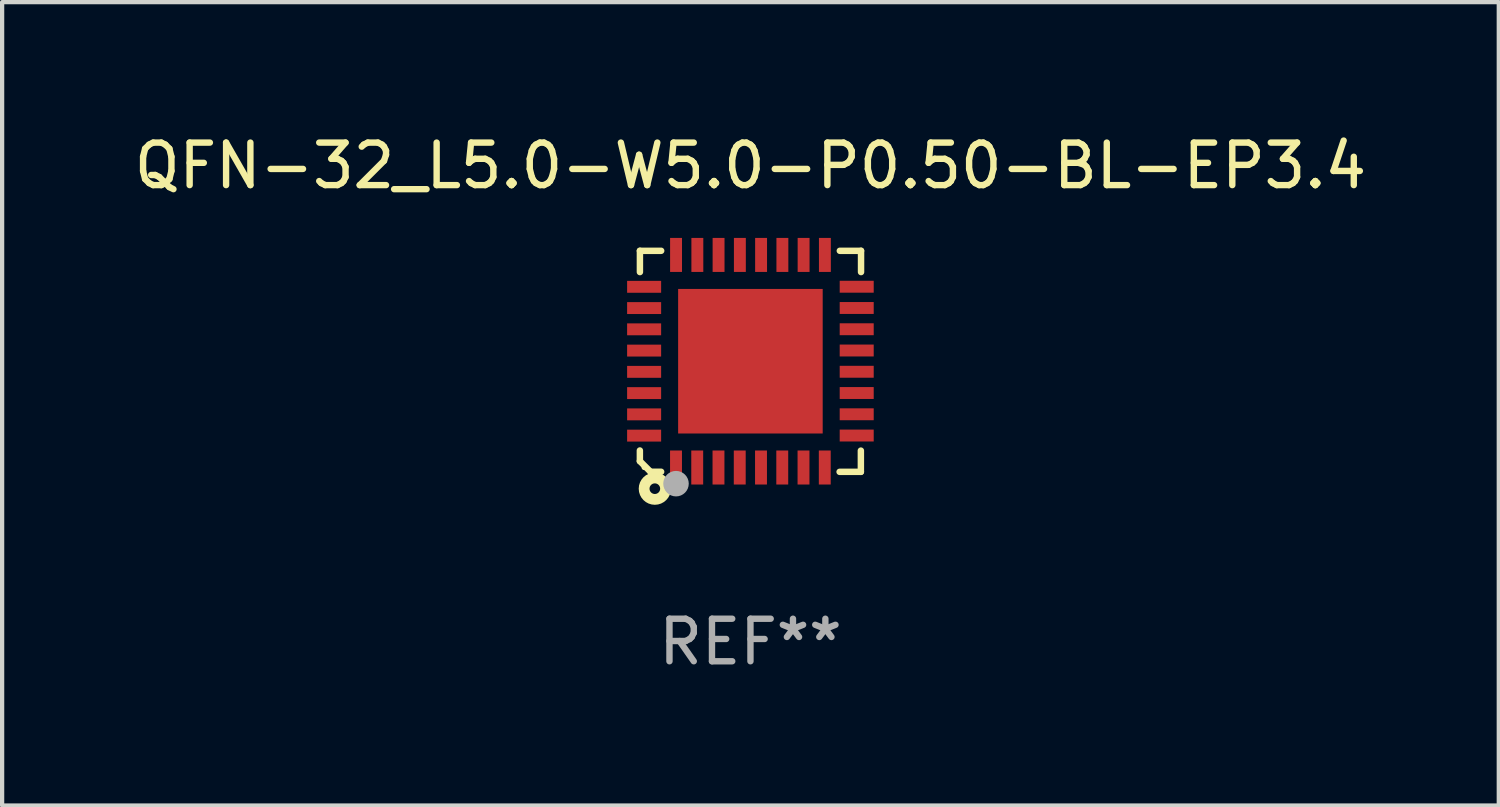
<source format=kicad_pcb>
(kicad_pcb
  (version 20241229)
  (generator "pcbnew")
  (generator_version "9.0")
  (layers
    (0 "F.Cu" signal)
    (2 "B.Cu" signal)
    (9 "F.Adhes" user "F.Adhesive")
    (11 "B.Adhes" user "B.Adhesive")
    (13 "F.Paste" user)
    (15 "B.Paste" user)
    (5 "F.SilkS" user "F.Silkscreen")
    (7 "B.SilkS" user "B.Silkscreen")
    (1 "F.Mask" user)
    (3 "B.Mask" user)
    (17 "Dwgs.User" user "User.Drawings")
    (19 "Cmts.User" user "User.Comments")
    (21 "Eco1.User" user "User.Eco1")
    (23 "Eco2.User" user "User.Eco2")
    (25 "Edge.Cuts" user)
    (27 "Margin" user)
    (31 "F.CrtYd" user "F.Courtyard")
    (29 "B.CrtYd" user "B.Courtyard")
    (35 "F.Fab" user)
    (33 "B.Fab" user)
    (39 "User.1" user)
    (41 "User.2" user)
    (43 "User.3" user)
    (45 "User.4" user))
  (footprint "QFN-32_L5.0-W5.0-P0.50-BL-EP3.4"
    (layer "F.Cu")
    (at 14.6 5.446)
    (property "Reference" "QFN-32_L5.0-W5.0-P0.50-BL-EP3.4" (at 0.001 -4.597 0) (layer "F.SilkS") (effects (font (size 1 1) (thickness 0.15))))
    (attr smd)
    (fp_line (start -2.6 2.1) (end -2.6 2.35) (stroke (width 0.152) (type solid)) (layer "F.SilkS"))
    (fp_line (start -2.6 2.35) (end -2.35 2.6) (stroke (width 0.152) (type solid)) (layer "F.SilkS"))
    (fp_line (start -2.599 -2.597) (end -2.599 -2.097) (stroke (width 0.152) (type solid)) (layer "F.SilkS"))
    (fp_line (start -2.599 -2.597) (end -2.099 -2.597) (stroke (width 0.152) (type solid)) (layer "F.SilkS"))
    (fp_line (start -2.35 2.6) (end -2.1 2.6) (stroke (width 0.152) (type solid)) (layer "F.SilkS"))
    (fp_line (start 2.598 2.602) (end 2.098 2.602) (stroke (width 0.152) (type solid)) (layer "F.SilkS"))
    (fp_line (start 2.598 2.602) (end 2.598 2.103) (stroke (width 0.152) (type solid)) (layer "F.SilkS"))
    (fp_line (start 2.602 -2.597) (end 2.103 -2.597) (stroke (width 0.152) (type solid)) (layer "F.SilkS"))
    (fp_line (start 2.602 -2.597) (end 2.602 -2.097) (stroke (width 0.152) (type solid)) (layer "F.SilkS"))
    (fp_circle (center -2.5 2.5) (end -2.47 2.5) (stroke (width 0.06) (type solid)) (fill no) (layer "F.SilkS"))
    (fp_circle (center -2.248 2.998) (end -2.123 2.998) (stroke (width 0.254) (type solid)) (fill no) (layer "F.SilkS"))
    (fp_circle (center -1.75 2.88) (end -1.6 2.88) (stroke (width 0.3) (type solid)) (fill no) (layer "F.Fab"))
    (fp_text user "REF**" (at 0.001 6.602 0) (layer "F.Fab") (effects (font (size 1 1) (thickness 0.15))))
    (pad "1" smd rect (at -1.75 2.5) (size 0.28 0.8) (layers "F.Cu" "F.Mask" "F.Paste"))
    (pad "2" smd rect (at -1.251 2.5) (size 0.28 0.8) (layers "F.Cu" "F.Mask" "F.Paste"))
    (pad "3" smd rect (at -0.751 2.5) (size 0.28 0.8) (layers "F.Cu" "F.Mask" "F.Paste"))
    (pad "4" smd rect (at -0.251 2.5) (size 0.28 0.8) (layers "F.Cu" "F.Mask" "F.Paste"))
    (pad "5" smd rect (at 0.249 2.5) (size 0.28 0.8) (layers "F.Cu" "F.Mask" "F.Paste"))
    (pad "6" smd rect (at 0.749 2.5) (size 0.28 0.8) (layers "F.Cu" "F.Mask" "F.Paste"))
    (pad "7" smd rect (at 1.249 2.5) (size 0.28 0.8) (layers "F.Cu" "F.Mask" "F.Paste"))
    (pad "8" smd rect (at 1.749 2.5) (size 0.28 0.8) (layers "F.Cu" "F.Mask" "F.Paste"))
    (pad "9" smd rect (at 2.5 1.748) (size 0.8 0.28) (layers "F.Cu" "F.Mask" "F.Paste"))
    (pad "10" smd rect (at 2.5 1.248) (size 0.8 0.28) (layers "F.Cu" "F.Mask" "F.Paste"))
    (pad "11" smd rect (at 2.5 0.748) (size 0.8 0.28) (layers "F.Cu" "F.Mask" "F.Paste"))
    (pad "12" smd rect (at 2.5 0.248) (size 0.8 0.28) (layers "F.Cu" "F.Mask" "F.Paste"))
    (pad "13" smd rect (at 2.5 -0.252) (size 0.8 0.28) (layers "F.Cu" "F.Mask" "F.Paste"))
    (pad "14" smd rect (at 2.5 -0.752) (size 0.8 0.28) (layers "F.Cu" "F.Mask" "F.Paste"))
    (pad "15" smd rect (at 2.5 -1.252) (size 0.8 0.28) (layers "F.Cu" "F.Mask" "F.Paste"))
    (pad "16" smd rect (at 2.5 -1.752) (size 0.8 0.28) (layers "F.Cu" "F.Mask" "F.Paste"))
    (pad "17" smd rect (at 1.752 -2.5) (size 0.28 0.8) (layers "F.Cu" "F.Mask" "F.Paste"))
    (pad "18" smd rect (at 1.251 -2.5) (size 0.28 0.8) (layers "F.Cu" "F.Mask" "F.Paste"))
    (pad "19" smd rect (at 0.752 -2.5) (size 0.28 0.8) (layers "F.Cu" "F.Mask" "F.Paste"))
    (pad "20" smd rect (at 0.251 -2.5) (size 0.28 0.8) (layers "F.Cu" "F.Mask" "F.Paste"))
    (pad "21" smd rect (at -0.248 -2.5) (size 0.28 0.8) (layers "F.Cu" "F.Mask" "F.Paste"))
    (pad "22" smd rect (at -0.749 -2.5) (size 0.28 0.8) (layers "F.Cu" "F.Mask" "F.Paste"))
    (pad "23" smd rect (at -1.248 -2.5) (size 0.28 0.8) (layers "F.Cu" "F.Mask" "F.Paste"))
    (pad "24" smd rect (at -1.749 -2.5) (size 0.28 0.8) (layers "F.Cu" "F.Mask" "F.Paste"))
    (pad "25" smd rect (at -2.5 -1.75) (size 0.8 0.28) (layers "F.Cu" "F.Mask" "F.Paste"))
    (pad "26" smd rect (at -2.5 -1.25) (size 0.8 0.28) (layers "F.Cu" "F.Mask" "F.Paste"))
    (pad "27" smd rect (at -2.5 -0.75) (size 0.8 0.28) (layers "F.Cu" "F.Mask" "F.Paste"))
    (pad "28" smd rect (at -2.5 -0.25) (size 0.8 0.28) (layers "F.Cu" "F.Mask" "F.Paste"))
    (pad "29" smd rect (at -2.5 0.25) (size 0.8 0.28) (layers "F.Cu" "F.Mask" "F.Paste"))
    (pad "30" smd rect (at -2.5 0.75) (size 0.8 0.28) (layers "F.Cu" "F.Mask" "F.Paste"))
    (pad "31" smd rect (at -2.5 1.25) (size 0.8 0.28) (layers "F.Cu" "F.Mask" "F.Paste"))
    (pad "32" smd rect (at -2.5 1.75) (size 0.8 0.28) (layers "F.Cu" "F.Mask" "F.Paste"))
    (pad "33" smd rect (at 0 0 180) (size 3.4 3.4) (layers "F.Cu" "F.Mask" "F.Paste")))
  (gr_rect
    (start -3 -3)
    (end 32.202 15.896)
    (stroke (width 0.1) (type default))
    (fill no)
    (layer "Edge.Cuts")))
</source>
